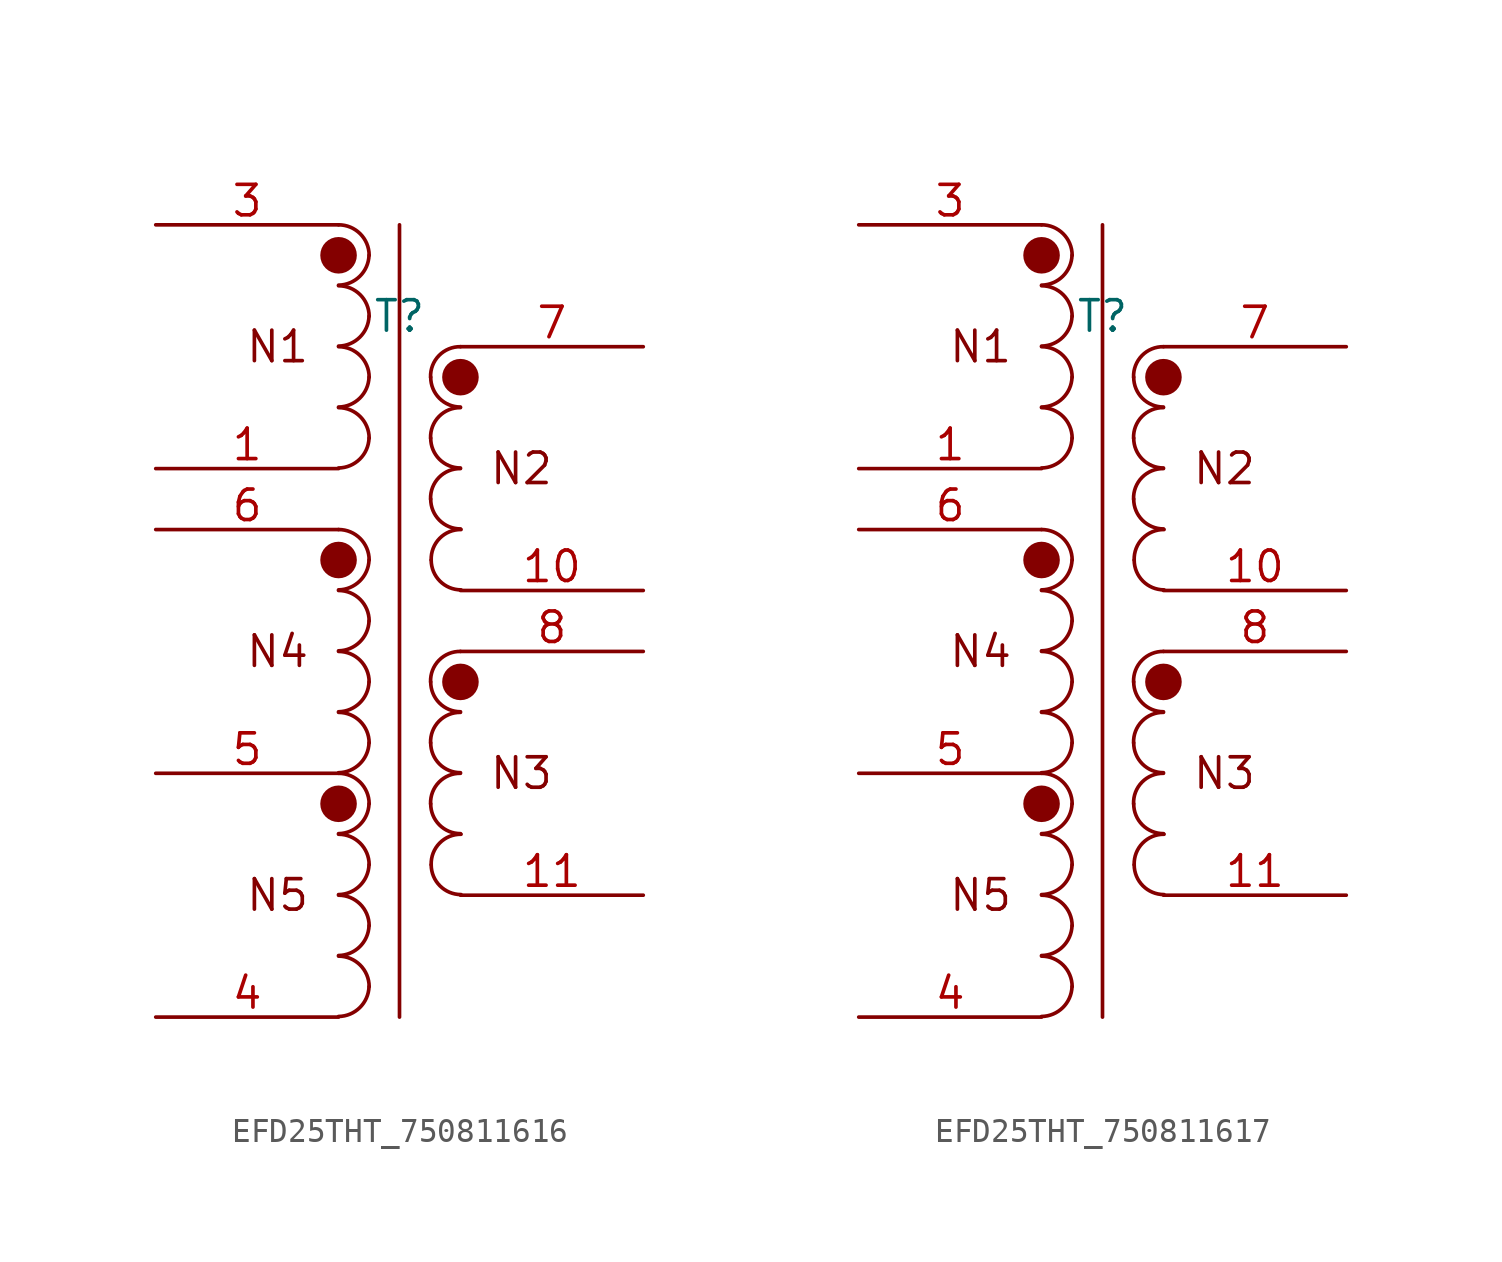
<source format=kicad_sym>
(kicad_symbol_lib
  (version 20220914)
  (generator kicad_symbol_editor)
  (symbol "EFD25THT_750811616"
    (pin_names hide)
    (property "Reference" "T"
      (at 0 12.7 0)
      (effects (font (size 1.27 1.27))))
    (symbol "EFD25THT_750811616_0_1"
      (arc (start -2.54 -16.4846) (mid -1.6561 -16.1163) (end -1.27 -15.24) (stroke (width 0) (type default)) (fill (type none)))
      (arc (start -2.54 -13.9446) (mid -1.6561 -13.5763) (end -1.27 -12.7) (stroke (width 0) (type default)) (fill (type none)))
      (arc (start -2.54 -11.4046) (mid -1.6561 -11.0363) (end -1.27 -10.16) (stroke (width 0) (type default)) (fill (type none)))
      (arc (start -2.54 -8.8646) (mid -1.6561 -8.4963) (end -1.27 -7.62) (stroke (width 0) (type default)) (fill (type none)))
      (arc (start -2.54 -6.3246) (mid -1.6561 -5.9563) (end -1.27 -5.08) (stroke (width 0) (type default)) (fill (type none)))
      (arc (start -2.54 -3.7846) (mid -1.6561 -3.4163) (end -1.27 -2.54) (stroke (width 0) (type default)) (fill (type none)))
      (arc (start -2.54 -1.2446) (mid -1.6561 -0.8763) (end -1.27 0) (stroke (width 0) (type default)) (fill (type none)))
      (arc (start -2.54 1.2954) (mid -1.6561 1.6637) (end -1.27 2.54) (stroke (width 0) (type default)) (fill (type none)))
      (arc (start -2.54 6.3754) (mid -1.6561 6.7437) (end -1.27 7.62) (stroke (width 0) (type default)) (fill (type none)))
      (arc (start -2.54 8.9154) (mid -1.6561 9.2837) (end -1.27 10.16) (stroke (width 0) (type default)) (fill (type none)))
      (arc (start -2.54 11.4554) (mid -1.6561 11.8237) (end -1.27 12.7) (stroke (width 0) (type default)) (fill (type none)))
      (arc (start -2.54 13.9954) (mid -1.6561 14.3637) (end -1.27 15.24) (stroke (width 0) (type default)) (fill (type none)))
      (arc (start -1.27 -15.24) (mid -1.642 -14.342) (end -2.54 -13.97) (stroke (width 0) (type default)) (fill (type none)))
      (arc (start -1.27 -12.7) (mid -1.642 -11.802) (end -2.54 -11.43) (stroke (width 0) (type default)) (fill (type none)))
      (arc (start -1.27 -10.16) (mid -1.642 -9.262) (end -2.54 -8.89) (stroke (width 0) (type default)) (fill (type none)))
      (arc (start -1.27 -7.62) (mid -1.642 -6.722) (end -2.54 -6.35) (stroke (width 0) (type default)) (fill (type none)))
      (arc (start -1.27 -5.08) (mid -1.642 -4.182) (end -2.54 -3.81) (stroke (width 0) (type default)) (fill (type none)))
      (arc (start -1.27 -2.54) (mid -1.642 -1.642) (end -2.54 -1.27) (stroke (width 0) (type default)) (fill (type none)))
      (arc (start -1.27 0) (mid -1.642 0.898) (end -2.54 1.27) (stroke (width 0) (type default)) (fill (type none)))
      (arc (start -1.27 2.54) (mid -1.642 3.438) (end -2.54 3.81) (stroke (width 0) (type default)) (fill (type none)))
      (arc (start -1.27 7.62) (mid -1.642 8.518) (end -2.54 8.89) (stroke (width 0) (type default)) (fill (type none)))
      (arc (start -1.27 10.16) (mid -1.642 11.058) (end -2.54 11.43) (stroke (width 0) (type default)) (fill (type none)))
      (arc (start -1.27 12.7) (mid -1.642 13.598) (end -2.54 13.97) (stroke (width 0) (type default)) (fill (type none)))
      (arc (start -1.27 15.24) (mid -1.642 16.138) (end -2.54 16.51) (stroke (width 0) (type default)) (fill (type none)))
      (polyline (pts (xy 0 16.51) (xy 0 -16.51)) (stroke (width 0) (type default)) (fill (type none)))
      (arc (start 1.2954 -7.62) (mid 1.6599 -8.5001) (end 2.54 -8.8646) (stroke (width 0) (type default)) (fill (type none)))
      (arc (start 1.2954 -5.08) (mid 1.6599 -5.9601) (end 2.54 -6.3246) (stroke (width 0) (type default)) (fill (type none)))
      (arc (start 1.2954 -2.54) (mid 1.6599 -3.4201) (end 2.54 -3.7846) (stroke (width 0) (type default)) (fill (type none)))
      (arc (start 1.2954 5.08) (mid 1.6599 4.1999) (end 2.54 3.8354) (stroke (width 0) (type default)) (fill (type none)))
      (arc (start 1.2954 7.62) (mid 1.6599 6.7399) (end 2.54 6.3754) (stroke (width 0) (type default)) (fill (type none)))
      (arc (start 1.2954 10.16) (mid 1.6599 9.2799) (end 2.54 8.9154) (stroke (width 0) (type default)) (fill (type none)))
      (arc (start 1.3208 -10.16) (mid 1.6854 -11.0399) (end 2.5654 -11.4046) (stroke (width 0) (type default)) (fill (type none)))
      (arc (start 1.3208 2.54) (mid 1.6855 1.6601) (end 2.5654 1.2954) (stroke (width 0) (type default)) (fill (type none)))
      (arc (start 2.54 -6.35) (mid 1.6458 -6.7185) (end 1.2954 -7.62) (stroke (width 0) (type default)) (fill (type none)))
      (arc (start 2.54 -3.81) (mid 1.6458 -4.1785) (end 1.2954 -5.08) (stroke (width 0) (type default)) (fill (type none)))
      (arc (start 2.54 -1.27) (mid 1.6458 -1.6385) (end 1.2954 -2.54) (stroke (width 0) (type default)) (fill (type none)))
      (arc (start 2.54 6.35) (mid 1.6458 5.9815) (end 1.2954 5.08) (stroke (width 0) (type default)) (fill (type none)))
      (arc (start 2.54 8.89) (mid 1.6458 8.5215) (end 1.2954 7.62) (stroke (width 0) (type default)) (fill (type none)))
      (arc (start 2.54 11.43) (mid 1.6458 11.0615) (end 1.2954 10.16) (stroke (width 0) (type default)) (fill (type none)))
      (arc (start 2.5654 -8.89) (mid 1.6709 -9.2583) (end 1.3208 -10.16) (stroke (width 0) (type default)) (fill (type none)))
      (arc (start 2.5654 3.81) (mid 1.6709 3.4417) (end 1.3208 2.54) (stroke (width 0) (type default)) (fill (type none))))
    (symbol "EFD25THT_750811616_1_1"
      (circle (center -2.54 -7.62) (radius 0.0001) (stroke (width 0.762) (type default)) (fill (type none)))
      (circle (center -2.54 2.54) (radius 0.0001) (stroke (width 0.762) (type default)) (fill (type none)))
      (circle (center -2.54 15.24) (radius 0.0001) (stroke (width 0.762) (type default)) (fill (type none)))
      (circle (center 2.54 -2.54) (radius 0.0001) (stroke (width 0.762) (type default)) (fill (type none)))
      (circle (center 2.54 10.16) (radius 0.0001) (stroke (width 0.762) (type default)) (fill (type none)))
      (text "N1" (at -5.08 11.43 0) (effects (font (size 1.27 1.27))))
      (text "N2" (at 5.08 6.35 0) (effects (font (size 1.27 1.27))))
      (text "N3" (at 5.08 -6.35 0) (effects (font (size 1.27 1.27))))
      (text "N4" (at -5.08 -1.27 0) (effects (font (size 1.27 1.27))))
      (text "N5" (at -5.08 -11.43 0) (effects (font (size 1.27 1.27))))
      (pin passive line (at -10.16 6.35 0) (length 7.62) (name "1" (effects (font (size 1.27 1.27)))) (number "1" (effects (font (size 1.27 1.27)))))
      (pin passive line (at 10.16 1.27 180) (length 7.62) (name "10" (effects (font (size 1.27 1.27)))) (number "10" (effects (font (size 1.27 1.27)))))
      (pin passive line (at 10.16 -11.43 180) (length 7.62) (name "11" (effects (font (size 1.27 1.27)))) (number "11" (effects (font (size 1.27 1.27)))))
      (pin passive line (at -10.16 16.51 0) (length 7.62) (name "3" (effects (font (size 1.27 1.27)))) (number "3" (effects (font (size 1.27 1.27)))))
      (pin passive line (at -10.16 -16.51 0) (length 7.62) (name "4" (effects (font (size 1.27 1.27)))) (number "4" (effects (font (size 1.27 1.27)))))
      (pin passive line (at -10.16 -6.35 0) (length 7.62) (name "5" (effects (font (size 1.27 1.27)))) (number "5" (effects (font (size 1.27 1.27)))))
      (pin passive line (at -10.16 3.81 0) (length 7.62) (name "6" (effects (font (size 1.27 1.27)))) (number "6" (effects (font (size 1.27 1.27)))))
      (pin passive line (at 10.16 11.43 180) (length 7.62) (name "7" (effects (font (size 1.27 1.27)))) (number "7" (effects (font (size 1.27 1.27)))))
      (pin passive line (at 10.16 -1.27 180) (length 7.62) (name "8" (effects (font (size 1.27 1.27)))) (number "8" (effects (font (size 1.27 1.27)))))))
  (symbol "EFD25THT_750811617"
    (pin_names hide)
    (property "Reference" "T"
      (at 0 12.7 0)
      (effects (font (size 1.27 1.27))))
    (symbol "EFD25THT_750811617_0_1"
      (arc (start -2.54 -16.4846) (mid -1.6561 -16.1163) (end -1.27 -15.24) (stroke (width 0) (type default)) (fill (type none)))
      (arc (start -2.54 -13.9446) (mid -1.6561 -13.5763) (end -1.27 -12.7) (stroke (width 0) (type default)) (fill (type none)))
      (arc (start -2.54 -11.4046) (mid -1.6561 -11.0363) (end -1.27 -10.16) (stroke (width 0) (type default)) (fill (type none)))
      (arc (start -2.54 -8.8646) (mid -1.6561 -8.4963) (end -1.27 -7.62) (stroke (width 0) (type default)) (fill (type none)))
      (arc (start -2.54 -6.3246) (mid -1.6561 -5.9563) (end -1.27 -5.08) (stroke (width 0) (type default)) (fill (type none)))
      (arc (start -2.54 -3.7846) (mid -1.6561 -3.4163) (end -1.27 -2.54) (stroke (width 0) (type default)) (fill (type none)))
      (arc (start -2.54 -1.2446) (mid -1.6561 -0.8763) (end -1.27 0) (stroke (width 0) (type default)) (fill (type none)))
      (arc (start -2.54 1.2954) (mid -1.6561 1.6637) (end -1.27 2.54) (stroke (width 0) (type default)) (fill (type none)))
      (arc (start -2.54 6.3754) (mid -1.6561 6.7437) (end -1.27 7.62) (stroke (width 0) (type default)) (fill (type none)))
      (arc (start -2.54 8.9154) (mid -1.6561 9.2837) (end -1.27 10.16) (stroke (width 0) (type default)) (fill (type none)))
      (arc (start -2.54 11.4554) (mid -1.6561 11.8237) (end -1.27 12.7) (stroke (width 0) (type default)) (fill (type none)))
      (arc (start -2.54 13.9954) (mid -1.6561 14.3637) (end -1.27 15.24) (stroke (width 0) (type default)) (fill (type none)))
      (arc (start -1.27 -15.24) (mid -1.642 -14.342) (end -2.54 -13.97) (stroke (width 0) (type default)) (fill (type none)))
      (arc (start -1.27 -12.7) (mid -1.642 -11.802) (end -2.54 -11.43) (stroke (width 0) (type default)) (fill (type none)))
      (arc (start -1.27 -10.16) (mid -1.642 -9.262) (end -2.54 -8.89) (stroke (width 0) (type default)) (fill (type none)))
      (arc (start -1.27 -7.62) (mid -1.642 -6.722) (end -2.54 -6.35) (stroke (width 0) (type default)) (fill (type none)))
      (arc (start -1.27 -5.08) (mid -1.642 -4.182) (end -2.54 -3.81) (stroke (width 0) (type default)) (fill (type none)))
      (arc (start -1.27 -2.54) (mid -1.642 -1.642) (end -2.54 -1.27) (stroke (width 0) (type default)) (fill (type none)))
      (arc (start -1.27 0) (mid -1.642 0.898) (end -2.54 1.27) (stroke (width 0) (type default)) (fill (type none)))
      (arc (start -1.27 2.54) (mid -1.642 3.438) (end -2.54 3.81) (stroke (width 0) (type default)) (fill (type none)))
      (arc (start -1.27 7.62) (mid -1.642 8.518) (end -2.54 8.89) (stroke (width 0) (type default)) (fill (type none)))
      (arc (start -1.27 10.16) (mid -1.642 11.058) (end -2.54 11.43) (stroke (width 0) (type default)) (fill (type none)))
      (arc (start -1.27 12.7) (mid -1.642 13.598) (end -2.54 13.97) (stroke (width 0) (type default)) (fill (type none)))
      (arc (start -1.27 15.24) (mid -1.642 16.138) (end -2.54 16.51) (stroke (width 0) (type default)) (fill (type none)))
      (polyline (pts (xy 0 16.51) (xy 0 -16.51)) (stroke (width 0) (type default)) (fill (type none)))
      (arc (start 1.2954 -7.62) (mid 1.6599 -8.5001) (end 2.54 -8.8646) (stroke (width 0) (type default)) (fill (type none)))
      (arc (start 1.2954 -5.08) (mid 1.6599 -5.9601) (end 2.54 -6.3246) (stroke (width 0) (type default)) (fill (type none)))
      (arc (start 1.2954 -2.54) (mid 1.6599 -3.4201) (end 2.54 -3.7846) (stroke (width 0) (type default)) (fill (type none)))
      (arc (start 1.2954 5.08) (mid 1.6599 4.1999) (end 2.54 3.8354) (stroke (width 0) (type default)) (fill (type none)))
      (arc (start 1.2954 7.62) (mid 1.6599 6.7399) (end 2.54 6.3754) (stroke (width 0) (type default)) (fill (type none)))
      (arc (start 1.2954 10.16) (mid 1.6599 9.2799) (end 2.54 8.9154) (stroke (width 0) (type default)) (fill (type none)))
      (arc (start 1.3208 -10.16) (mid 1.6854 -11.0399) (end 2.5654 -11.4046) (stroke (width 0) (type default)) (fill (type none)))
      (arc (start 1.3208 2.54) (mid 1.6855 1.6601) (end 2.5654 1.2954) (stroke (width 0) (type default)) (fill (type none)))
      (arc (start 2.54 -6.35) (mid 1.6458 -6.7185) (end 1.2954 -7.62) (stroke (width 0) (type default)) (fill (type none)))
      (arc (start 2.54 -3.81) (mid 1.6458 -4.1785) (end 1.2954 -5.08) (stroke (width 0) (type default)) (fill (type none)))
      (arc (start 2.54 -1.27) (mid 1.6458 -1.6385) (end 1.2954 -2.54) (stroke (width 0) (type default)) (fill (type none)))
      (arc (start 2.54 6.35) (mid 1.6458 5.9815) (end 1.2954 5.08) (stroke (width 0) (type default)) (fill (type none)))
      (arc (start 2.54 8.89) (mid 1.6458 8.5215) (end 1.2954 7.62) (stroke (width 0) (type default)) (fill (type none)))
      (arc (start 2.54 11.43) (mid 1.6458 11.0615) (end 1.2954 10.16) (stroke (width 0) (type default)) (fill (type none)))
      (arc (start 2.5654 -8.89) (mid 1.6709 -9.2583) (end 1.3208 -10.16) (stroke (width 0) (type default)) (fill (type none)))
      (arc (start 2.5654 3.81) (mid 1.6709 3.4417) (end 1.3208 2.54) (stroke (width 0) (type default)) (fill (type none))))
    (symbol "EFD25THT_750811617_1_1"
      (circle (center -2.54 -7.62) (radius 0.0001) (stroke (width 0.762) (type default)) (fill (type none)))
      (circle (center -2.54 2.54) (radius 0.0001) (stroke (width 0.762) (type default)) (fill (type none)))
      (circle (center -2.54 15.24) (radius 0.0001) (stroke (width 0.762) (type default)) (fill (type none)))
      (circle (center 2.54 -2.54) (radius 0.0001) (stroke (width 0.762) (type default)) (fill (type none)))
      (circle (center 2.54 10.16) (radius 0.0001) (stroke (width 0.762) (type default)) (fill (type none)))
      (text "N1" (at -5.08 11.43 0) (effects (font (size 1.27 1.27))))
      (text "N2" (at 5.08 6.35 0) (effects (font (size 1.27 1.27))))
      (text "N3" (at 5.08 -6.35 0) (effects (font (size 1.27 1.27))))
      (text "N4" (at -5.08 -1.27 0) (effects (font (size 1.27 1.27))))
      (text "N5" (at -5.08 -11.43 0) (effects (font (size 1.27 1.27))))
      (pin passive line (at -10.16 6.35 0) (length 7.62) (name "1" (effects (font (size 1.27 1.27)))) (number "1" (effects (font (size 1.27 1.27)))))
      (pin passive line (at 10.16 1.27 180) (length 7.62) (name "10" (effects (font (size 1.27 1.27)))) (number "10" (effects (font (size 1.27 1.27)))))
      (pin passive line (at 10.16 -11.43 180) (length 7.62) (name "11" (effects (font (size 1.27 1.27)))) (number "11" (effects (font (size 1.27 1.27)))))
      (pin passive line (at -10.16 16.51 0) (length 7.62) (name "3" (effects (font (size 1.27 1.27)))) (number "3" (effects (font (size 1.27 1.27)))))
      (pin passive line (at -10.16 -16.51 0) (length 7.62) (name "4" (effects (font (size 1.27 1.27)))) (number "4" (effects (font (size 1.27 1.27)))))
      (pin passive line (at -10.16 -6.35 0) (length 7.62) (name "5" (effects (font (size 1.27 1.27)))) (number "5" (effects (font (size 1.27 1.27)))))
      (pin passive line (at -10.16 3.81 0) (length 7.62) (name "6" (effects (font (size 1.27 1.27)))) (number "6" (effects (font (size 1.27 1.27)))))
      (pin passive line (at 10.16 11.43 180) (length 7.62) (name "7" (effects (font (size 1.27 1.27)))) (number "7" (effects (font (size 1.27 1.27)))))
      (pin passive line (at 10.16 -1.27 180) (length 7.62) (name "8" (effects (font (size 1.27 1.27)))) (number "8" (effects (font (size 1.27 1.27))))))))
</source>
